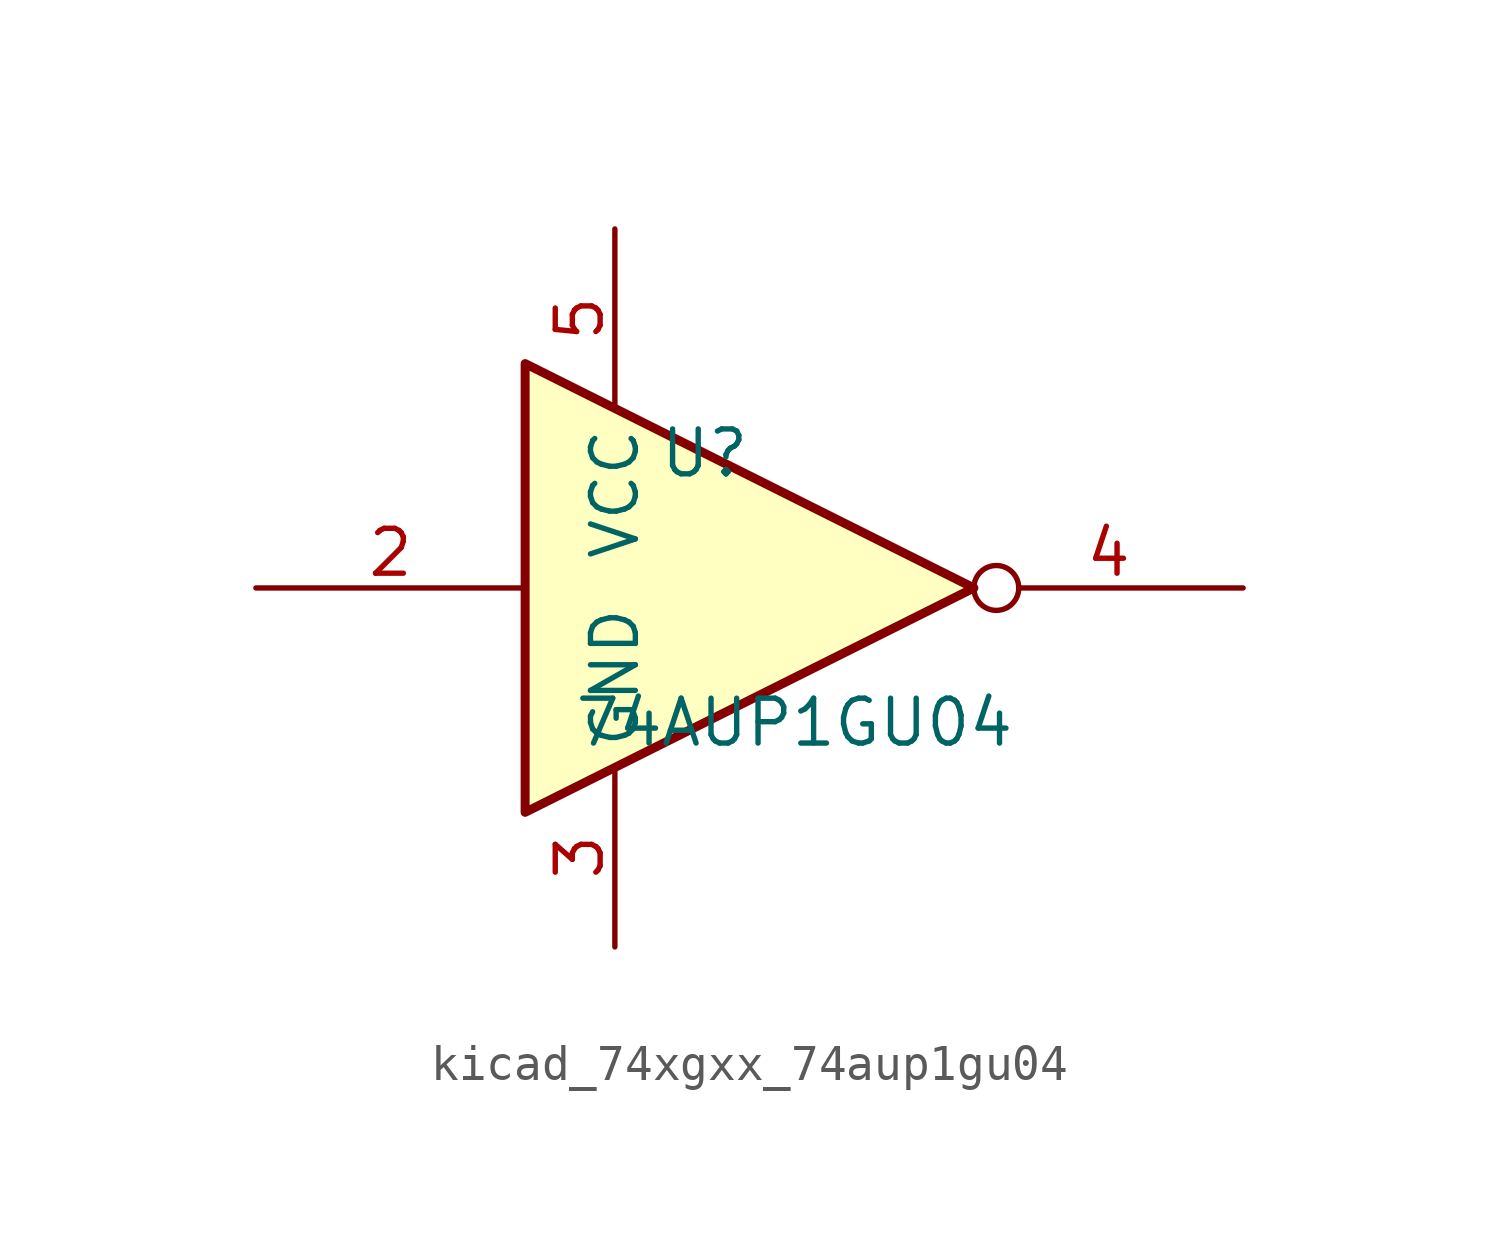
<source format=kicad_sym>
(kicad_symbol_lib
  (version 20220914)
  (generator kicad_symbol_editor)
  (symbol "kicad_74xgxx_74aup1gu04"
    (property "Reference" "U"
      (at -2.54 3.81 0)
      (effects (font (size 1.27 1.27))))
    (property "Value" "74AUP1GU04"
      (at 0 -3.81 0)
      (effects (font (size 1.27 1.27))))
    (symbol "kicad_74xgxx_74aup1gu04_0_1"
      (polyline (pts (xy -7.62 6.35) (xy -7.62 -6.35) (xy 5.08 0) (xy -7.62 6.35)) (stroke (width 0.254) (type default)) (fill (type background))))
    (symbol "kicad_74xgxx_74aup1gu04_1_1"
      (pin input line (at -15.24 0 0) (length 7.62) (name "~" (effects (font (size 1.27 1.27)))) (number "2" (effects (font (size 1.27 1.27)))))
      (pin power_in line (at -5.08 -10.16 90) (length 5.08) (name "GND" (effects (font (size 1.27 1.27)))) (number "3" (effects (font (size 1.27 1.27)))))
      (pin output inverted (at 12.7 0 180) (length 7.62) (name "~" (effects (font (size 1.27 1.27)))) (number "4" (effects (font (size 1.27 1.27)))))
      (pin power_in line (at -5.08 10.16 270) (length 5.08) (name "VCC" (effects (font (size 1.27 1.27)))) (number "5" (effects (font (size 1.27 1.27))))))))
</source>
